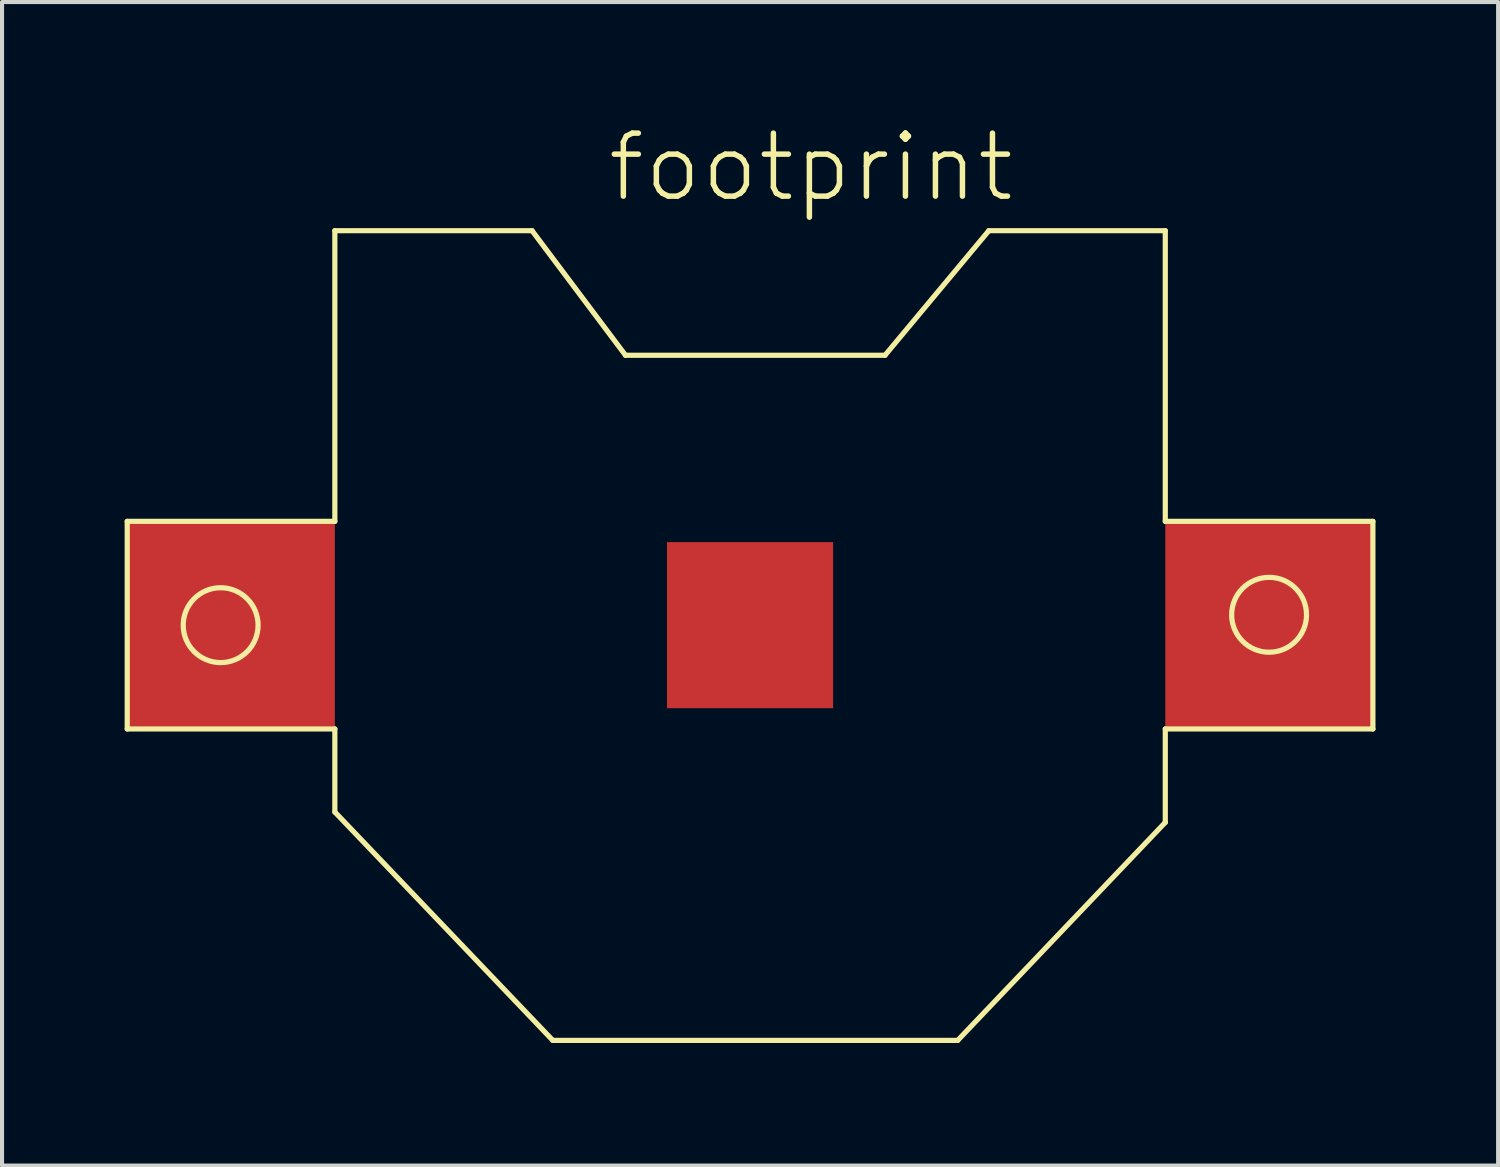
<source format=kicad_pcb>
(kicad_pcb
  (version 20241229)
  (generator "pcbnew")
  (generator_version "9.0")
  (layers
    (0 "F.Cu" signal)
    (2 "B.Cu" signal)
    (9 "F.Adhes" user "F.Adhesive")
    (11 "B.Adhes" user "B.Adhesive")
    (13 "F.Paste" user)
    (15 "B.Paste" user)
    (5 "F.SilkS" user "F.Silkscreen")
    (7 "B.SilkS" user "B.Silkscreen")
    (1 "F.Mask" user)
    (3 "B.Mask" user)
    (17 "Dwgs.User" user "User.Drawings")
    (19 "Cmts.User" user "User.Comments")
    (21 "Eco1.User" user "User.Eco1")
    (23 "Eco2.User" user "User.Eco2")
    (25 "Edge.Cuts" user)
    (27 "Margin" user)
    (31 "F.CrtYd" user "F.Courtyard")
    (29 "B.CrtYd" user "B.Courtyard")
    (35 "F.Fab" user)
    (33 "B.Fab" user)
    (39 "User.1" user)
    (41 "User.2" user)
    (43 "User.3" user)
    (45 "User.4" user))
  (footprint "footprint"
    (layer "F.Cu")
    (at 15.303 12.247)
    (property "Reference" "footprint" (at -3.556 -10.302 0) (layer "F.SilkS") (effects (font (size 1.542 1.542) (thickness 0.134)) (justify left bottom)))
    (fp_poly (pts (xy 0.593 -9.044) (xy 1.183 -8.986) (xy 1.768 -8.889) (xy 2.346 -8.755) (xy 2.913 -8.583) (xy 3.468 -8.374) (xy 4.009 -8.129) (xy 4.532 -7.849) (xy 5.035 -7.536) (xy 5.518 -7.191) (xy 5.976 -6.814) (xy 6.409 -6.409) (xy 6.814 -5.976) (xy 7.191 -5.518) (xy 7.536 -5.035) (xy 7.849 -4.532) (xy 8.129 -4.009) (xy 8.374 -3.468) (xy 8.583 -2.913) (xy 8.755 -2.346) (xy 8.889 -1.768) (xy 8.986 -1.183) (xy 9.044 -0.593) (xy 9.064 0) (xy 9.044 0.593) (xy 8.986 1.183) (xy 8.889 1.768) (xy 8.755 2.346) (xy 8.583 2.913) (xy 8.374 3.468) (xy 8.129 4.009) (xy 7.849 4.532) (xy 7.536 5.035) (xy 7.191 5.518) (xy 6.814 5.976) (xy 6.409 6.409) (xy 5.976 6.814) (xy 5.518 7.191) (xy 5.035 7.536) (xy 4.532 7.849) (xy 4.009 8.129) (xy 3.468 8.374) (xy 2.913 8.583) (xy 2.346 8.755) (xy 1.768 8.889) (xy 1.183 8.986) (xy 0.593 9.044) (xy 0 9.064) (xy -0.593 9.044) (xy -1.183 8.986) (xy -1.768 8.889) (xy -2.346 8.755) (xy -2.913 8.583) (xy -3.468 8.374) (xy -4.009 8.129) (xy -4.532 7.849) (xy -5.035 7.536) (xy -5.518 7.191) (xy -5.976 6.814) (xy -6.409 6.409) (xy -6.814 5.976) (xy -7.191 5.518) (xy -7.536 5.035) (xy -7.849 4.532) (xy -8.129 4.009) (xy -8.374 3.468) (xy -8.583 2.913) (xy -8.755 2.346) (xy -8.889 1.768) (xy -8.986 1.183) (xy -9.044 0.593) (xy -9.064 0) (xy -9.044 -0.593) (xy -8.986 -1.183) (xy -8.889 -1.768) (xy -8.755 -2.346) (xy -8.583 -2.913) (xy -8.374 -3.468) (xy -8.129 -4.009) (xy -7.849 -4.532) (xy -7.536 -5.035) (xy -7.191 -5.518) (xy -6.814 -5.976) (xy -6.409 -6.409) (xy -5.976 -6.814) (xy -5.518 -7.191) (xy -5.035 -7.536) (xy -4.532 -7.849) (xy -4.009 -8.129) (xy -3.468 -8.374) (xy -2.913 -8.583) (xy -2.346 -8.755) (xy -1.768 -8.889) (xy -1.183 -8.986) (xy -0.593 -9.044) (xy 0 -9.064)) (stroke (width 0) (type solid)) (fill yes) (layer "F.Mask"))
    (fp_line (start -15.24 -2.54) (end -15.24 2.54) (stroke (width 0.127) (type solid)) (layer "F.SilkS"))
    (fp_line (start -15.24 2.54) (end -10.16 2.54) (stroke (width 0.127) (type solid)) (layer "F.SilkS"))
    (fp_line (start -10.16 -9.652) (end -10.16 -2.54) (stroke (width 0.127) (type solid)) (layer "F.SilkS"))
    (fp_line (start -10.16 -2.54) (end -15.24 -2.54) (stroke (width 0.127) (type solid)) (layer "F.SilkS"))
    (fp_line (start -10.16 2.54) (end -10.16 4.572) (stroke (width 0.127) (type solid)) (layer "F.SilkS"))
    (fp_line (start -10.16 4.572) (end -4.826 10.16) (stroke (width 0.127) (type solid)) (layer "F.SilkS"))
    (fp_line (start -5.334 -9.652) (end -10.16 -9.652) (stroke (width 0.127) (type solid)) (layer "F.SilkS"))
    (fp_line (start -4.826 10.16) (end 5.08 10.16) (stroke (width 0.127) (type solid)) (layer "F.SilkS"))
    (fp_line (start -3.048 -6.604) (end -5.334 -9.652) (stroke (width 0.127) (type solid)) (layer "F.SilkS"))
    (fp_line (start 3.302 -6.604) (end -3.048 -6.604) (stroke (width 0.127) (type solid)) (layer "F.SilkS"))
    (fp_line (start 5.08 10.16) (end 10.16 4.826) (stroke (width 0.127) (type solid)) (layer "F.SilkS"))
    (fp_line (start 5.842 -9.652) (end 3.302 -6.604) (stroke (width 0.127) (type solid)) (layer "F.SilkS"))
    (fp_line (start 10.16 -9.652) (end 5.842 -9.652) (stroke (width 0.127) (type solid)) (layer "F.SilkS"))
    (fp_line (start 10.16 -2.54) (end 10.16 -9.652) (stroke (width 0.127) (type solid)) (layer "F.SilkS"))
    (fp_line (start 10.16 2.54) (end 15.24 2.54) (stroke (width 0.127) (type solid)) (layer "F.SilkS"))
    (fp_line (start 10.16 4.826) (end 10.16 2.54) (stroke (width 0.127) (type solid)) (layer "F.SilkS"))
    (fp_line (start 15.24 -2.54) (end 10.16 -2.54) (stroke (width 0.127) (type solid)) (layer "F.SilkS"))
    (fp_line (start 15.24 2.54) (end 15.24 -2.54) (stroke (width 0.127) (type solid)) (layer "F.SilkS"))
    (fp_circle (center -12.954 0) (end -12.038 0) (stroke (width 0.127) (type solid)) (fill no) (layer "F.SilkS"))
    (fp_circle (center 12.7 -0.254) (end 13.616 -0.254) (stroke (width 0.127) (type solid)) (fill no) (layer "F.SilkS"))
    (pad "+$1" smd rect (at -12.7 0) (size 5.08 5.08) (layers "F.Cu" "F.Mask" "F.Paste"))
    (pad "+$2" smd rect (at 12.7 0) (size 5.08 5.08) (layers "F.Cu" "F.Mask" "F.Paste"))
    (pad "-" smd rect (at 0 0) (size 4.064 4.064) (layers "F.Cu" "F.Mask" "F.Paste")))
  (gr_rect
    (start -3 -3)
    (end 33.607 25.47)
    (stroke (width 0.1) (type default))
    (fill no)
    (layer "Edge.Cuts")))
</source>
